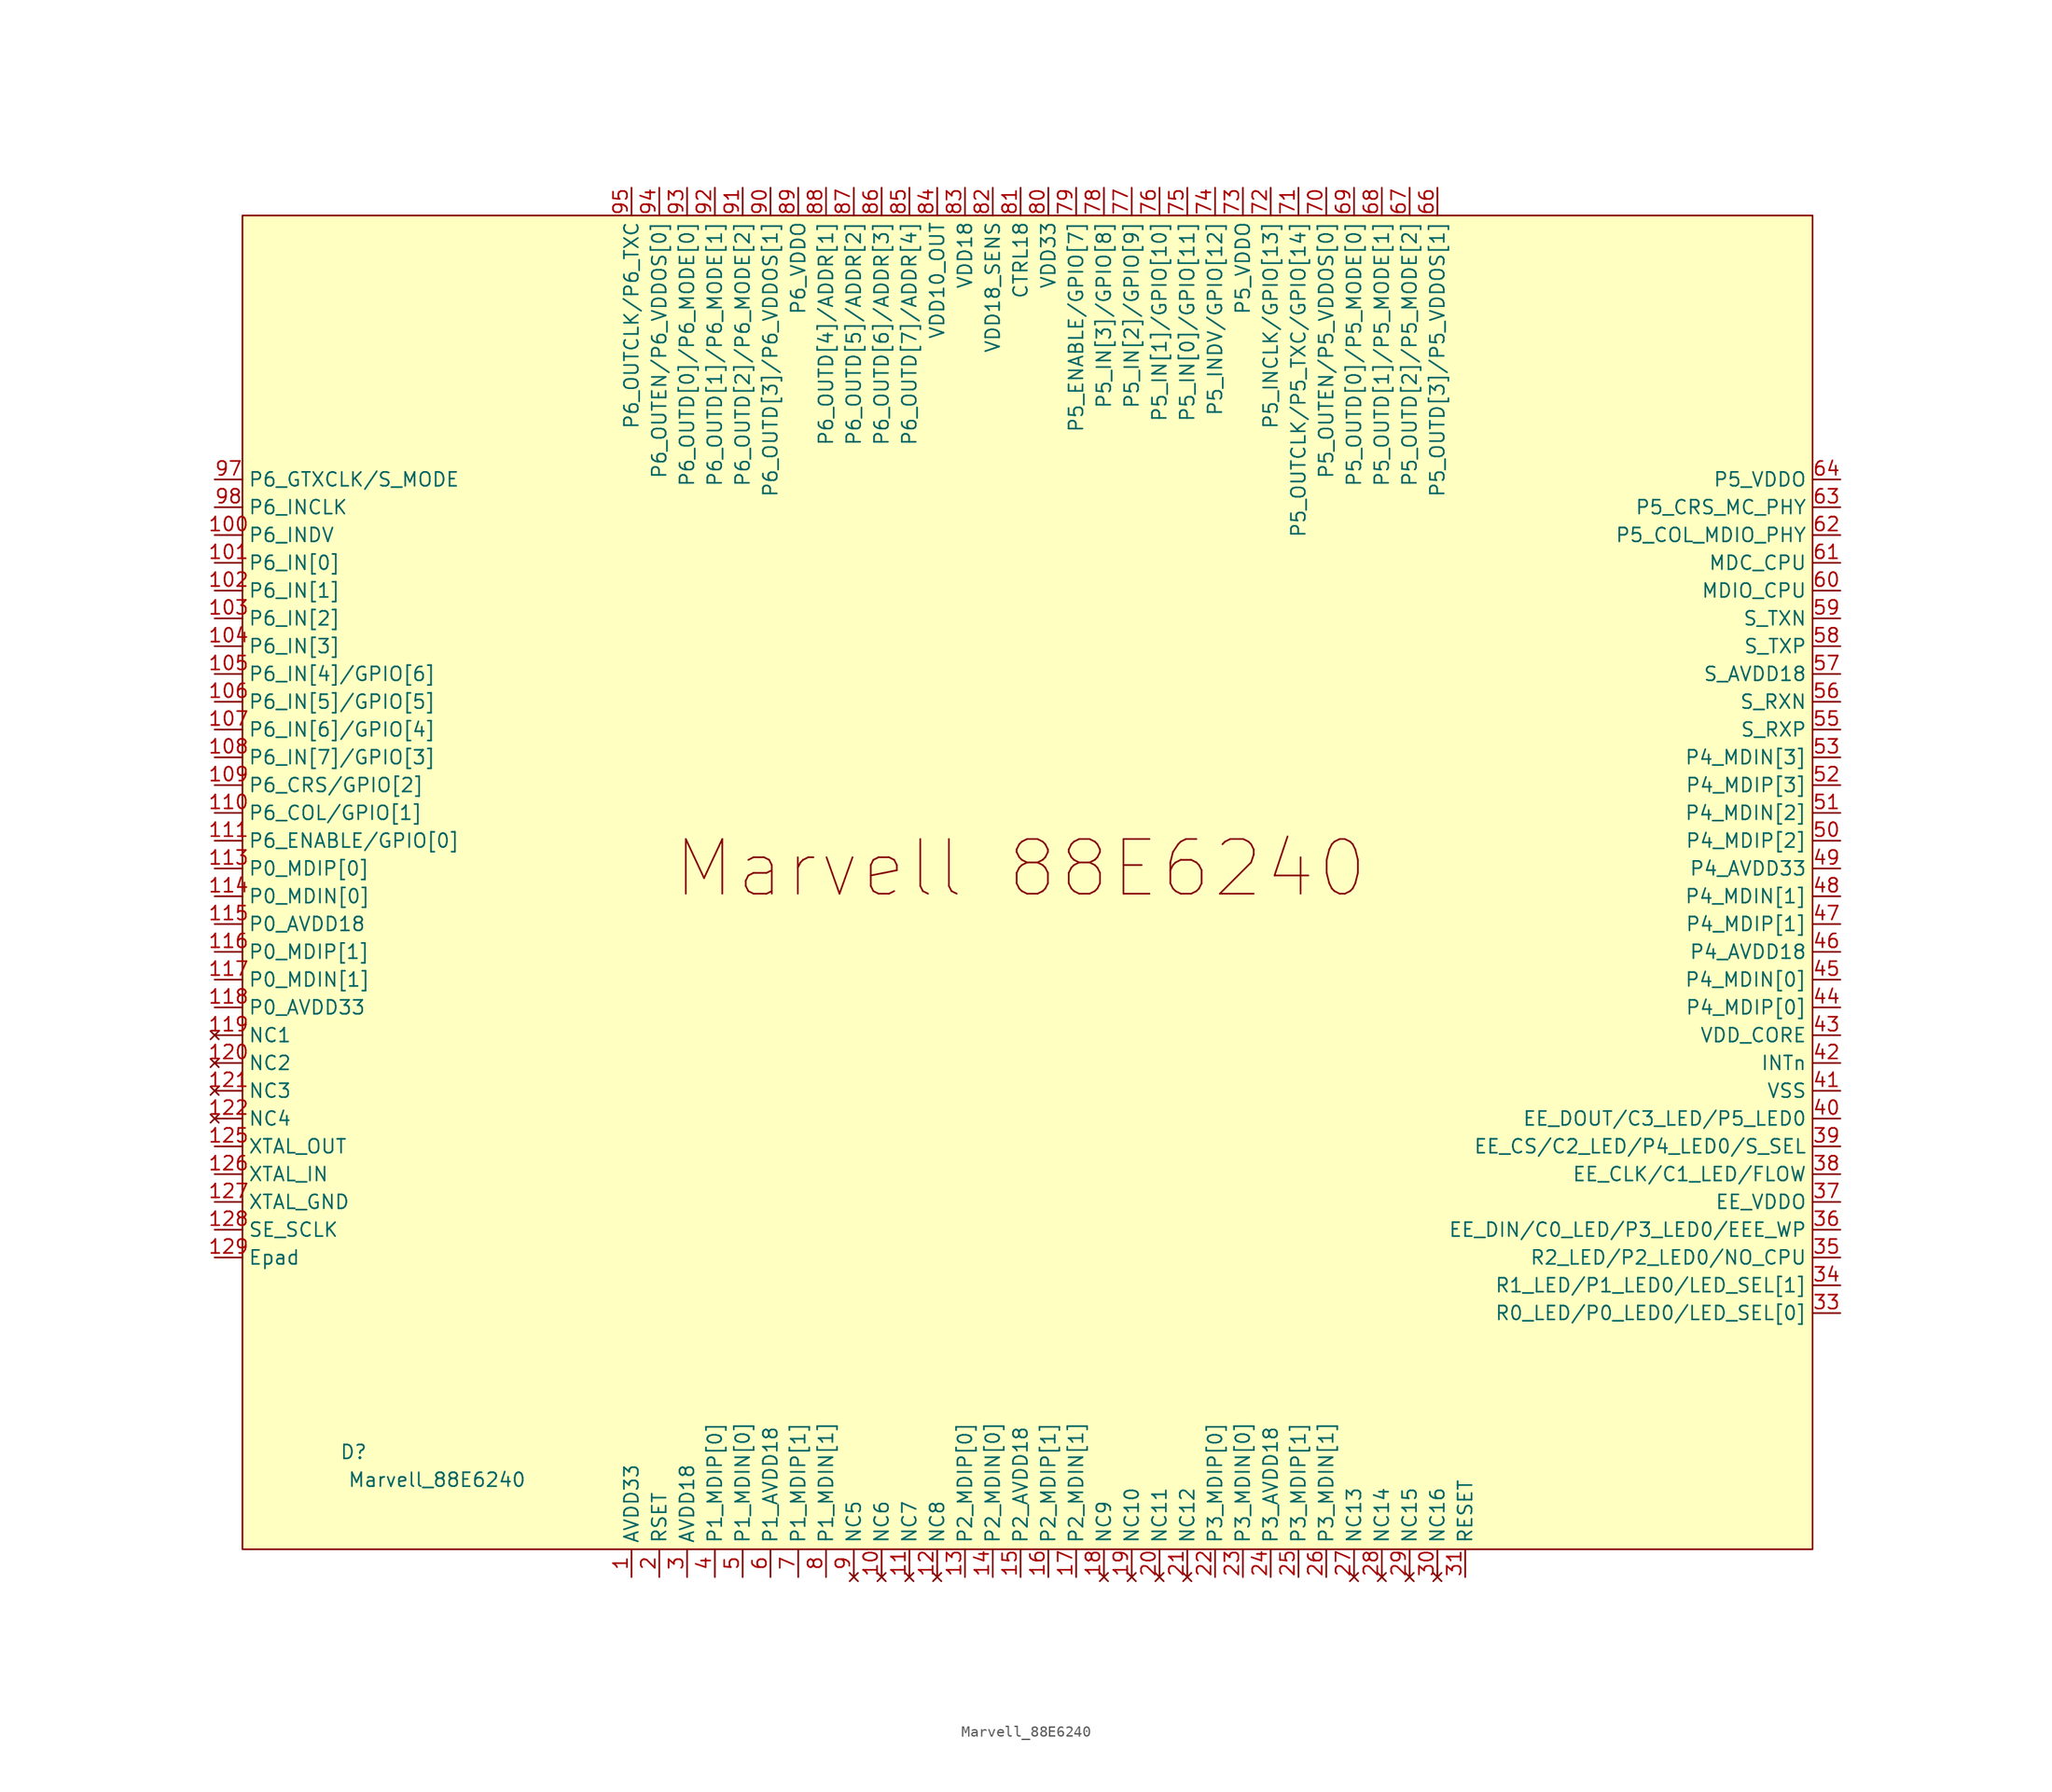
<source format=kicad_sym>
(kicad_symbol_lib
  (version 20211014)
  (generator kicad_symbol_editor)
  (symbol "Marvell_88E6240"
    (property "Reference" "D"
      (at -62.23 -52.07 0)
      (effects (font (size 1.27 1.27))))
    (property "Value" "Marvell_88E6240"
      (at -54.61 -54.61 0)
      (effects (font (size 1.27 1.27))))
    (symbol "Marvell_88E6240_0_0"
      (text "" (at 72.39 15.24 0) (effects (font (size 1.27 1.27))))
      (text "Marvell 88E6240" (at -1.27 1.27 0) (effects (font (size 5 5)))))
    (symbol "Marvell_88E6240_0_1"
      (rectangle (start -72.39 60.96) (end 71.12 -60.96) (stroke (width 0) (type default) (color 0 0 0 0)) (fill (type background))))
    (symbol "Marvell_88E6240_1_1"
      (pin input line (at -36.83 -63.5 90) (length 2.54) (name "AVDD33" (effects (font (size 1.27 1.27)))) (number "1" (effects (font (size 1.27 1.27)))))
      (pin no_connect line (at -13.97 -63.5 90) (length 2.54) (name "NC6" (effects (font (size 1.27 1.27)))) (number "10" (effects (font (size 1.27 1.27)))))
      (pin input line (at -74.93 31.75 0) (length 2.54) (name "P6_INDV" (effects (font (size 1.27 1.27)))) (number "100" (effects (font (size 1.27 1.27)))))
      (pin input line (at -74.93 29.21 0) (length 2.54) (name "P6_IN[0]" (effects (font (size 1.27 1.27)))) (number "101" (effects (font (size 1.27 1.27)))))
      (pin input line (at -74.93 26.67 0) (length 2.54) (name "P6_IN[1]" (effects (font (size 1.27 1.27)))) (number "102" (effects (font (size 1.27 1.27)))))
      (pin input line (at -74.93 24.13 0) (length 2.54) (name "P6_IN[2]" (effects (font (size 1.27 1.27)))) (number "103" (effects (font (size 1.27 1.27)))))
      (pin input line (at -74.93 21.59 0) (length 2.54) (name "P6_IN[3]" (effects (font (size 1.27 1.27)))) (number "104" (effects (font (size 1.27 1.27)))))
      (pin input line (at -74.93 19.05 0) (length 2.54) (name "P6_IN[4]/GPIO[6]" (effects (font (size 1.27 1.27)))) (number "105" (effects (font (size 1.27 1.27)))))
      (pin input line (at -74.93 16.51 0) (length 2.54) (name "P6_IN[5]/GPIO[5]" (effects (font (size 1.27 1.27)))) (number "106" (effects (font (size 1.27 1.27)))))
      (pin input line (at -74.93 13.97 0) (length 2.54) (name "P6_IN[6]/GPIO[4]" (effects (font (size 1.27 1.27)))) (number "107" (effects (font (size 1.27 1.27)))))
      (pin input line (at -74.93 11.43 0) (length 2.54) (name "P6_IN[7]/GPIO[3]" (effects (font (size 1.27 1.27)))) (number "108" (effects (font (size 1.27 1.27)))))
      (pin input line (at -74.93 8.89 0) (length 2.54) (name "P6_CRS/GPIO[2]" (effects (font (size 1.27 1.27)))) (number "109" (effects (font (size 1.27 1.27)))))
      (pin no_connect line (at -11.43 -63.5 90) (length 2.54) (name "NC7" (effects (font (size 1.27 1.27)))) (number "11" (effects (font (size 1.27 1.27)))))
      (pin input line (at -74.93 6.35 0) (length 2.54) (name "P6_COL/GPIO[1]" (effects (font (size 1.27 1.27)))) (number "110" (effects (font (size 1.27 1.27)))))
      (pin input line (at -74.93 3.81 0) (length 2.54) (name "P6_ENABLE/GPIO[0]" (effects (font (size 1.27 1.27)))) (number "111" (effects (font (size 1.27 1.27)))))
      (pin input line (at 73.66 -13.97 180) (length 2.54) hide (name "VDD_CORE" (effects (font (size 1.27 1.27)))) (number "112" (effects (font (size 1.27 1.27)))))
      (pin input line (at -74.93 1.27 0) (length 2.54) (name "P0_MDIP[0]" (effects (font (size 1.27 1.27)))) (number "113" (effects (font (size 1.27 1.27)))))
      (pin input line (at -74.93 -1.27 0) (length 2.54) (name "P0_MDIN[0]" (effects (font (size 1.27 1.27)))) (number "114" (effects (font (size 1.27 1.27)))))
      (pin input line (at -74.93 -3.81 0) (length 2.54) (name "P0_AVDD18" (effects (font (size 1.27 1.27)))) (number "115" (effects (font (size 1.27 1.27)))))
      (pin input line (at -74.93 -6.35 0) (length 2.54) (name "P0_MDIP[1]" (effects (font (size 1.27 1.27)))) (number "116" (effects (font (size 1.27 1.27)))))
      (pin input line (at -74.93 -8.89 0) (length 2.54) (name "P0_MDIN[1]" (effects (font (size 1.27 1.27)))) (number "117" (effects (font (size 1.27 1.27)))))
      (pin input line (at -74.93 -11.43 0) (length 2.54) (name "P0_AVDD33" (effects (font (size 1.27 1.27)))) (number "118" (effects (font (size 1.27 1.27)))))
      (pin no_connect line (at -74.93 -13.97 0) (length 2.54) (name "NC1" (effects (font (size 1.27 1.27)))) (number "119" (effects (font (size 1.27 1.27)))))
      (pin no_connect line (at -8.89 -63.5 90) (length 2.54) (name "NC8" (effects (font (size 1.27 1.27)))) (number "12" (effects (font (size 1.27 1.27)))))
      (pin no_connect line (at -74.93 -16.51 0) (length 2.54) (name "NC2" (effects (font (size 1.27 1.27)))) (number "120" (effects (font (size 1.27 1.27)))))
      (pin no_connect line (at -74.93 -19.05 0) (length 2.54) (name "NC3" (effects (font (size 1.27 1.27)))) (number "121" (effects (font (size 1.27 1.27)))))
      (pin no_connect line (at -74.93 -21.59 0) (length 2.54) (name "NC4" (effects (font (size 1.27 1.27)))) (number "122" (effects (font (size 1.27 1.27)))))
      (pin input line (at 73.66 -13.97 180) (length 2.54) hide (name "VDD_CORE" (effects (font (size 1.27 1.27)))) (number "123" (effects (font (size 1.27 1.27)))))
      (pin input line (at -31.75 -63.5 90) (length 2.54) hide (name "AVDD18" (effects (font (size 1.27 1.27)))) (number "124" (effects (font (size 1.27 1.27)))))
      (pin output line (at -74.93 -24.13 0) (length 2.54) (name "XTAL_OUT" (effects (font (size 1.27 1.27)))) (number "125" (effects (font (size 1.27 1.27)))))
      (pin input line (at -74.93 -26.67 0) (length 2.54) (name "XTAL_IN" (effects (font (size 1.27 1.27)))) (number "126" (effects (font (size 1.27 1.27)))))
      (pin tri_state line (at -74.93 -29.21 0) (length 2.54) (name "XTAL_GND" (effects (font (size 1.27 1.27)))) (number "127" (effects (font (size 1.27 1.27)))))
      (pin input line (at -74.93 -31.75 0) (length 2.54) (name "SE_SCLK" (effects (font (size 1.27 1.27)))) (number "128" (effects (font (size 1.27 1.27)))))
      (pin power_in line (at -74.93 -34.29 0) (length 2.54) (name "Epad" (effects (font (size 1.27 1.27)))) (number "129" (effects (font (size 1.27 1.27)))))
      (pin input line (at -6.35 -63.5 90) (length 2.54) (name "P2_MDIP[0]" (effects (font (size 1.27 1.27)))) (number "13" (effects (font (size 1.27 1.27)))))
      (pin input line (at -3.81 -63.5 90) (length 2.54) (name "P2_MDIN[0]" (effects (font (size 1.27 1.27)))) (number "14" (effects (font (size 1.27 1.27)))))
      (pin input line (at -1.27 -63.5 90) (length 2.54) (name "P2_AVDD18" (effects (font (size 1.27 1.27)))) (number "15" (effects (font (size 1.27 1.27)))))
      (pin output line (at 1.27 -63.5 90) (length 2.54) (name "P2_MDIP[1]" (effects (font (size 1.27 1.27)))) (number "16" (effects (font (size 1.27 1.27)))))
      (pin output line (at 3.81 -63.5 90) (length 2.54) (name "P2_MDIN[1]" (effects (font (size 1.27 1.27)))) (number "17" (effects (font (size 1.27 1.27)))))
      (pin no_connect line (at 6.35 -63.5 90) (length 2.54) (name "NC9" (effects (font (size 1.27 1.27)))) (number "18" (effects (font (size 1.27 1.27)))))
      (pin no_connect line (at 8.89 -63.5 90) (length 2.54) (name "NC10" (effects (font (size 1.27 1.27)))) (number "19" (effects (font (size 1.27 1.27)))))
      (pin tri_state line (at -34.29 -63.5 90) (length 2.54) (name "RSET" (effects (font (size 1.27 1.27)))) (number "2" (effects (font (size 1.27 1.27)))))
      (pin no_connect line (at 11.43 -63.5 90) (length 2.54) (name "NC11" (effects (font (size 1.27 1.27)))) (number "20" (effects (font (size 1.27 1.27)))))
      (pin no_connect line (at 13.97 -63.5 90) (length 2.54) (name "NC12" (effects (font (size 1.27 1.27)))) (number "21" (effects (font (size 1.27 1.27)))))
      (pin input line (at 16.51 -63.5 90) (length 2.54) (name "P3_MDIP[0]" (effects (font (size 1.27 1.27)))) (number "22" (effects (font (size 1.27 1.27)))))
      (pin input line (at 19.05 -63.5 90) (length 2.54) (name "P3_MDIN[0]" (effects (font (size 1.27 1.27)))) (number "23" (effects (font (size 1.27 1.27)))))
      (pin power_in line (at 21.59 -63.5 90) (length 2.54) (name "P3_AVDD18" (effects (font (size 1.27 1.27)))) (number "24" (effects (font (size 1.27 1.27)))))
      (pin output line (at 24.13 -63.5 90) (length 2.54) (name "P3_MDIP[1]" (effects (font (size 1.27 1.27)))) (number "25" (effects (font (size 1.27 1.27)))))
      (pin output line (at 26.67 -63.5 90) (length 2.54) (name "P3_MDIN[1]" (effects (font (size 1.27 1.27)))) (number "26" (effects (font (size 1.27 1.27)))))
      (pin no_connect line (at 29.21 -63.5 90) (length 2.54) (name "NC13" (effects (font (size 1.27 1.27)))) (number "27" (effects (font (size 1.27 1.27)))))
      (pin no_connect line (at 31.75 -63.5 90) (length 2.54) (name "NC14" (effects (font (size 1.27 1.27)))) (number "28" (effects (font (size 1.27 1.27)))))
      (pin no_connect line (at 34.29 -63.5 90) (length 2.54) (name "NC15" (effects (font (size 1.27 1.27)))) (number "29" (effects (font (size 1.27 1.27)))))
      (pin power_in line (at -31.75 -63.5 90) (length 2.54) (name "AVDD18" (effects (font (size 1.27 1.27)))) (number "3" (effects (font (size 1.27 1.27)))))
      (pin no_connect line (at 36.83 -63.5 90) (length 2.54) (name "NC16" (effects (font (size 1.27 1.27)))) (number "30" (effects (font (size 1.27 1.27)))))
      (pin bidirectional line (at 39.37 -63.5 90) (length 2.54) (name "RESET" (effects (font (size 1.27 1.27)))) (number "31" (effects (font (size 1.27 1.27)))))
      (pin power_in line (at -36.83 -63.5 90) (length 2.54) hide (name "AVDD33" (effects (font (size 1.27 1.27)))) (number "32" (effects (font (size 1.27 1.27)))))
      (pin input line (at 73.66 -39.37 180) (length 2.54) (name "R0_LED/P0_LED0/LED_SEL[0]" (effects (font (size 1.27 1.27)))) (number "33" (effects (font (size 1.27 1.27)))))
      (pin input line (at 73.66 -36.83 180) (length 2.54) (name "R1_LED/P1_LED0/LED_SEL[1]" (effects (font (size 1.27 1.27)))) (number "34" (effects (font (size 1.27 1.27)))))
      (pin input line (at 73.66 -34.29 180) (length 2.54) (name "R2_LED/P2_LED0/NO_CPU" (effects (font (size 1.27 1.27)))) (number "35" (effects (font (size 1.27 1.27)))))
      (pin input line (at 73.66 -31.75 180) (length 2.54) (name "EE_DIN/C0_LED/P3_LED0/EEE_WP" (effects (font (size 1.27 1.27)))) (number "36" (effects (font (size 1.27 1.27)))))
      (pin power_in line (at 73.66 -29.21 180) (length 2.54) (name "EE_VDDO" (effects (font (size 1.27 1.27)))) (number "37" (effects (font (size 1.27 1.27)))))
      (pin input line (at 73.66 -26.67 180) (length 2.54) (name "EE_CLK/C1_LED/FLOW" (effects (font (size 1.27 1.27)))) (number "38" (effects (font (size 1.27 1.27)))))
      (pin output line (at 73.66 -24.13 180) (length 2.54) (name "EE_CS/C2_LED/P4_LED0/S_SEL" (effects (font (size 1.27 1.27)))) (number "39" (effects (font (size 1.27 1.27)))))
      (pin input line (at -29.21 -63.5 90) (length 2.54) (name "P1_MDIP[0]" (effects (font (size 1.27 1.27)))) (number "4" (effects (font (size 1.27 1.27)))))
      (pin bidirectional line (at 73.66 -21.59 180) (length 2.54) (name "EE_DOUT/C3_LED/P5_LED0" (effects (font (size 1.27 1.27)))) (number "40" (effects (font (size 1.27 1.27)))))
      (pin power_in line (at 73.66 -19.05 180) (length 2.54) (name "VSS" (effects (font (size 1.27 1.27)))) (number "41" (effects (font (size 1.27 1.27)))))
      (pin input line (at 73.66 -16.51 180) (length 2.54) (name "INTn" (effects (font (size 1.27 1.27)))) (number "42" (effects (font (size 1.27 1.27)))))
      (pin power_in line (at 73.66 -13.97 180) (length 2.54) (name "VDD_CORE" (effects (font (size 1.27 1.27)))) (number "43" (effects (font (size 1.27 1.27)))))
      (pin bidirectional line (at 73.66 -11.43 180) (length 2.54) (name "P4_MDIP[0]" (effects (font (size 1.27 1.27)))) (number "44" (effects (font (size 1.27 1.27)))))
      (pin tri_state line (at 73.66 -8.89 180) (length 2.54) (name "P4_MDIN[0]" (effects (font (size 1.27 1.27)))) (number "45" (effects (font (size 1.27 1.27)))))
      (pin power_in line (at 73.66 -6.35 180) (length 2.54) (name "P4_AVDD18" (effects (font (size 1.27 1.27)))) (number "46" (effects (font (size 1.27 1.27)))))
      (pin bidirectional line (at 73.66 -3.81 180) (length 2.54) (name "P4_MDIP[1]" (effects (font (size 1.27 1.27)))) (number "47" (effects (font (size 1.27 1.27)))))
      (pin bidirectional line (at 73.66 -1.27 180) (length 2.54) (name "P4_MDIN[1]" (effects (font (size 1.27 1.27)))) (number "48" (effects (font (size 1.27 1.27)))))
      (pin power_in line (at 73.66 1.27 180) (length 2.54) (name "P4_AVDD33" (effects (font (size 1.27 1.27)))) (number "49" (effects (font (size 1.27 1.27)))))
      (pin input line (at -26.67 -63.5 90) (length 2.54) (name "P1_MDIN[0]" (effects (font (size 1.27 1.27)))) (number "5" (effects (font (size 1.27 1.27)))))
      (pin bidirectional line (at 73.66 3.81 180) (length 2.54) (name "P4_MDIP[2]" (effects (font (size 1.27 1.27)))) (number "50" (effects (font (size 1.27 1.27)))))
      (pin bidirectional line (at 73.66 6.35 180) (length 2.54) (name "P4_MDIN[2]" (effects (font (size 1.27 1.27)))) (number "51" (effects (font (size 1.27 1.27)))))
      (pin bidirectional line (at 73.66 8.89 180) (length 2.54) (name "P4_MDIP[3]" (effects (font (size 1.27 1.27)))) (number "52" (effects (font (size 1.27 1.27)))))
      (pin bidirectional line (at 73.66 11.43 180) (length 2.54) (name "P4_MDIN[3]" (effects (font (size 1.27 1.27)))) (number "53" (effects (font (size 1.27 1.27)))))
      (pin power_in line (at 73.66 -13.97 180) (length 2.54) hide (name "VDD_CORE" (effects (font (size 1.27 1.27)))) (number "54" (effects (font (size 1.27 1.27)))))
      (pin input line (at 73.66 13.97 180) (length 2.54) (name "S_RXP" (effects (font (size 1.27 1.27)))) (number "55" (effects (font (size 1.27 1.27)))))
      (pin input line (at 73.66 16.51 180) (length 2.54) (name "S_RXN" (effects (font (size 1.27 1.27)))) (number "56" (effects (font (size 1.27 1.27)))))
      (pin power_in line (at 73.66 19.05 180) (length 2.54) (name "S_AVDD18" (effects (font (size 1.27 1.27)))) (number "57" (effects (font (size 1.27 1.27)))))
      (pin output line (at 73.66 21.59 180) (length 2.54) (name "S_TXP" (effects (font (size 1.27 1.27)))) (number "58" (effects (font (size 1.27 1.27)))))
      (pin output line (at 73.66 24.13 180) (length 2.54) (name "S_TXN" (effects (font (size 1.27 1.27)))) (number "59" (effects (font (size 1.27 1.27)))))
      (pin power_in line (at -24.13 -63.5 90) (length 2.54) (name "P1_AVDD18" (effects (font (size 1.27 1.27)))) (number "6" (effects (font (size 1.27 1.27)))))
      (pin input line (at 73.66 26.67 180) (length 2.54) (name "MDIO_CPU" (effects (font (size 1.27 1.27)))) (number "60" (effects (font (size 1.27 1.27)))))
      (pin input line (at 73.66 29.21 180) (length 2.54) (name "MDC_CPU" (effects (font (size 1.27 1.27)))) (number "61" (effects (font (size 1.27 1.27)))))
      (pin input line (at 73.66 31.75 180) (length 2.54) (name "P5_COL_MDIO_PHY" (effects (font (size 1.27 1.27)))) (number "62" (effects (font (size 1.27 1.27)))))
      (pin input line (at 73.66 34.29 180) (length 2.54) (name "P5_CRS_MC_PHY" (effects (font (size 1.27 1.27)))) (number "63" (effects (font (size 1.27 1.27)))))
      (pin input line (at 73.66 36.83 180) (length 2.54) (name "P5_VDDO" (effects (font (size 1.27 1.27)))) (number "64" (effects (font (size 1.27 1.27)))))
      (pin input line (at 73.66 -13.97 180) (length 2.54) hide (name "VDD_CORE" (effects (font (size 1.27 1.27)))) (number "65" (effects (font (size 1.27 1.27)))))
      (pin input line (at 36.83 63.5 270) (length 2.54) (name "P5_OUTD[3]/P5_VDDOS[1]" (effects (font (size 1.27 1.27)))) (number "66" (effects (font (size 1.27 1.27)))))
      (pin input line (at 34.29 63.5 270) (length 2.54) (name "P5_OUTD[2]/P5_MODE[2]" (effects (font (size 1.27 1.27)))) (number "67" (effects (font (size 1.27 1.27)))))
      (pin input line (at 31.75 63.5 270) (length 2.54) (name "P5_OUTD[1]/P5_MODE[1]" (effects (font (size 1.27 1.27)))) (number "68" (effects (font (size 1.27 1.27)))))
      (pin input line (at 29.21 63.5 270) (length 2.54) (name "P5_OUTD[0]/P5_MODE[0]" (effects (font (size 1.27 1.27)))) (number "69" (effects (font (size 1.27 1.27)))))
      (pin output line (at -21.59 -63.5 90) (length 2.54) (name "P1_MDIP[1]" (effects (font (size 1.27 1.27)))) (number "7" (effects (font (size 1.27 1.27)))))
      (pin input line (at 26.67 63.5 270) (length 2.54) (name "P5_OUTEN/P5_VDDOS[0]" (effects (font (size 1.27 1.27)))) (number "70" (effects (font (size 1.27 1.27)))))
      (pin input line (at 24.13 63.5 270) (length 2.54) (name "P5_OUTCLK/P5_TXC/GPIO[14]" (effects (font (size 1.27 1.27)))) (number "71" (effects (font (size 1.27 1.27)))))
      (pin input line (at 21.59 63.5 270) (length 2.54) (name "P5_INCLK/GPIO[13]" (effects (font (size 1.27 1.27)))) (number "72" (effects (font (size 1.27 1.27)))))
      (pin input line (at 19.05 63.5 270) (length 2.54) (name "P5_VDDO" (effects (font (size 1.27 1.27)))) (number "73" (effects (font (size 1.27 1.27)))))
      (pin input line (at 16.51 63.5 270) (length 2.54) (name "P5_INDV/GPIO[12]" (effects (font (size 1.27 1.27)))) (number "74" (effects (font (size 1.27 1.27)))))
      (pin input line (at 13.97 63.5 270) (length 2.54) (name "P5_IN[0]/GPIO[11]" (effects (font (size 1.27 1.27)))) (number "75" (effects (font (size 1.27 1.27)))))
      (pin input line (at 11.43 63.5 270) (length 2.54) (name "P5_IN[1]/GPIO[10]" (effects (font (size 1.27 1.27)))) (number "76" (effects (font (size 1.27 1.27)))))
      (pin input line (at 8.89 63.5 270) (length 2.54) (name "P5_IN[2]/GPIO[9]" (effects (font (size 1.27 1.27)))) (number "77" (effects (font (size 1.27 1.27)))))
      (pin input line (at 6.35 63.5 270) (length 2.54) (name "P5_IN[3]/GPIO[8]" (effects (font (size 1.27 1.27)))) (number "78" (effects (font (size 1.27 1.27)))))
      (pin input line (at 3.81 63.5 270) (length 2.54) (name "P5_ENABLE/GPIO[7]" (effects (font (size 1.27 1.27)))) (number "79" (effects (font (size 1.27 1.27)))))
      (pin output line (at -19.05 -63.5 90) (length 2.54) (name "P1_MDIN[1]" (effects (font (size 1.27 1.27)))) (number "8" (effects (font (size 1.27 1.27)))))
      (pin power_in line (at 1.27 63.5 270) (length 2.54) (name "VDD33" (effects (font (size 1.27 1.27)))) (number "80" (effects (font (size 1.27 1.27)))))
      (pin input line (at -1.27 63.5 270) (length 2.54) (name "CTRL18" (effects (font (size 1.27 1.27)))) (number "81" (effects (font (size 1.27 1.27)))))
      (pin input line (at -3.81 63.5 270) (length 2.54) (name "VDD18_SENS" (effects (font (size 1.27 1.27)))) (number "82" (effects (font (size 1.27 1.27)))))
      (pin input line (at -6.35 63.5 270) (length 2.54) (name "VDD18" (effects (font (size 1.27 1.27)))) (number "83" (effects (font (size 1.27 1.27)))))
      (pin input line (at -8.89 63.5 270) (length 2.54) (name "VDD10_OUT" (effects (font (size 1.27 1.27)))) (number "84" (effects (font (size 1.27 1.27)))))
      (pin input line (at -11.43 63.5 270) (length 2.54) (name "P6_OUTD[7]/ADDR[4]" (effects (font (size 1.27 1.27)))) (number "85" (effects (font (size 1.27 1.27)))))
      (pin input line (at -13.97 63.5 270) (length 2.54) (name "P6_OUTD[6]/ADDR[3]" (effects (font (size 1.27 1.27)))) (number "86" (effects (font (size 1.27 1.27)))))
      (pin input line (at -16.51 63.5 270) (length 2.54) (name "P6_OUTD[5]/ADDR[2]" (effects (font (size 1.27 1.27)))) (number "87" (effects (font (size 1.27 1.27)))))
      (pin input line (at -19.05 63.5 270) (length 2.54) (name "P6_OUTD[4]/ADDR[1]" (effects (font (size 1.27 1.27)))) (number "88" (effects (font (size 1.27 1.27)))))
      (pin input line (at -21.59 63.5 270) (length 2.54) (name "P6_VDDO" (effects (font (size 1.27 1.27)))) (number "89" (effects (font (size 1.27 1.27)))))
      (pin no_connect line (at -16.51 -63.5 90) (length 2.54) (name "NC5" (effects (font (size 1.27 1.27)))) (number "9" (effects (font (size 1.27 1.27)))))
      (pin input line (at -24.13 63.5 270) (length 2.54) (name "P6_OUTD[3]/P6_VDDOS[1]" (effects (font (size 1.27 1.27)))) (number "90" (effects (font (size 1.27 1.27)))))
      (pin input line (at -26.67 63.5 270) (length 2.54) (name "P6_OUTD[2]/P6_MODE[2]" (effects (font (size 1.27 1.27)))) (number "91" (effects (font (size 1.27 1.27)))))
      (pin input line (at -29.21 63.5 270) (length 2.54) (name "P6_OUTD[1]/P6_MODE[1]" (effects (font (size 1.27 1.27)))) (number "92" (effects (font (size 1.27 1.27)))))
      (pin input line (at -31.75 63.5 270) (length 2.54) (name "P6_OUTD[0]/P6_MODE[0]" (effects (font (size 1.27 1.27)))) (number "93" (effects (font (size 1.27 1.27)))))
      (pin input line (at -34.29 63.5 270) (length 2.54) (name "P6_OUTEN/P6_VDDOS[0]" (effects (font (size 1.27 1.27)))) (number "94" (effects (font (size 1.27 1.27)))))
      (pin input line (at -36.83 63.5 270) (length 2.54) (name "P6_OUTCLK/P6_TXC" (effects (font (size 1.27 1.27)))) (number "95" (effects (font (size 1.27 1.27)))))
      (pin input line (at 73.66 -13.97 180) (length 2.54) hide (name "VDD_CORE" (effects (font (size 1.27 1.27)))) (number "96" (effects (font (size 1.27 1.27)))))
      (pin input line (at -74.93 36.83 0) (length 2.54) (name "P6_GTXCLK/S_MODE" (effects (font (size 1.27 1.27)))) (number "97" (effects (font (size 1.27 1.27)))))
      (pin input line (at -74.93 34.29 0) (length 2.54) (name "P6_INCLK" (effects (font (size 1.27 1.27)))) (number "98" (effects (font (size 1.27 1.27)))))
      (pin input line (at -21.59 63.5 270) (length 2.54) hide (name "P6_VDDO" (effects (font (size 1.27 1.27)))) (number "99" (effects (font (size 1.27 1.27))))))))
</source>
